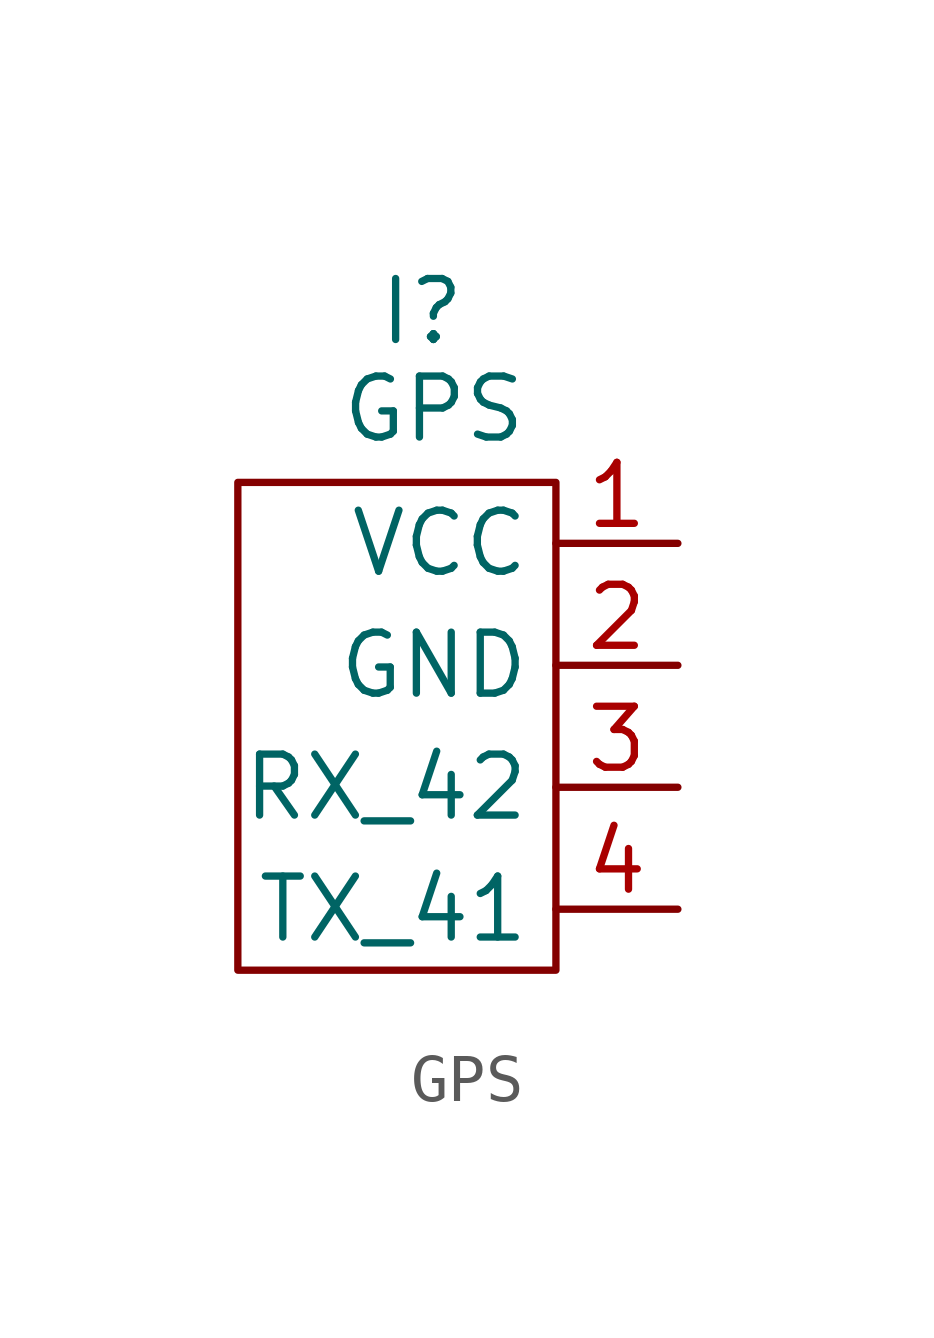
<source format=kicad_sym>
(kicad_symbol_lib
  (version 20241209)
  (generator "kicad_symbol_editor")
  (generator_version "9.0")
  (symbol "GPS"
    (property "Reference" "I"
      (at 2.286 8.636 0)
      (effects (font (size 1.27 1.27))))
    (property "Value" "GPS"
      (at 2.54 6.604 0)
      (effects (font (size 1.27 1.27))))
    (symbol "GPS_0_1"
      (rectangle (start -1.545 5.08) (end 5.08 -5.08) (stroke (width 0) (type default)) (fill (type none))))
    (symbol "GPS_1_1"
      (pin power_in line (at 7.62 3.81 180) (length 2.54) (name "VCC" (effects (font (size 1.27 1.27)))) (number "1" (effects (font (size 1.27 1.27)))))
      (pin passive line (at 7.62 1.27 180) (length 2.54) (name "GND" (effects (font (size 1.27 1.27)))) (number "2" (effects (font (size 1.27 1.27)))))
      (pin bidirectional line (at 7.62 -1.27 180) (length 2.54) (name "RX_42" (effects (font (size 1.27 1.27)))) (number "3" (effects (font (size 1.27 1.27)))))
      (pin bidirectional line (at 7.62 -3.81 180) (length 2.54) (name "TX_41" (effects (font (size 1.27 1.27)))) (number "4" (effects (font (size 1.27 1.27))))))))
</source>
